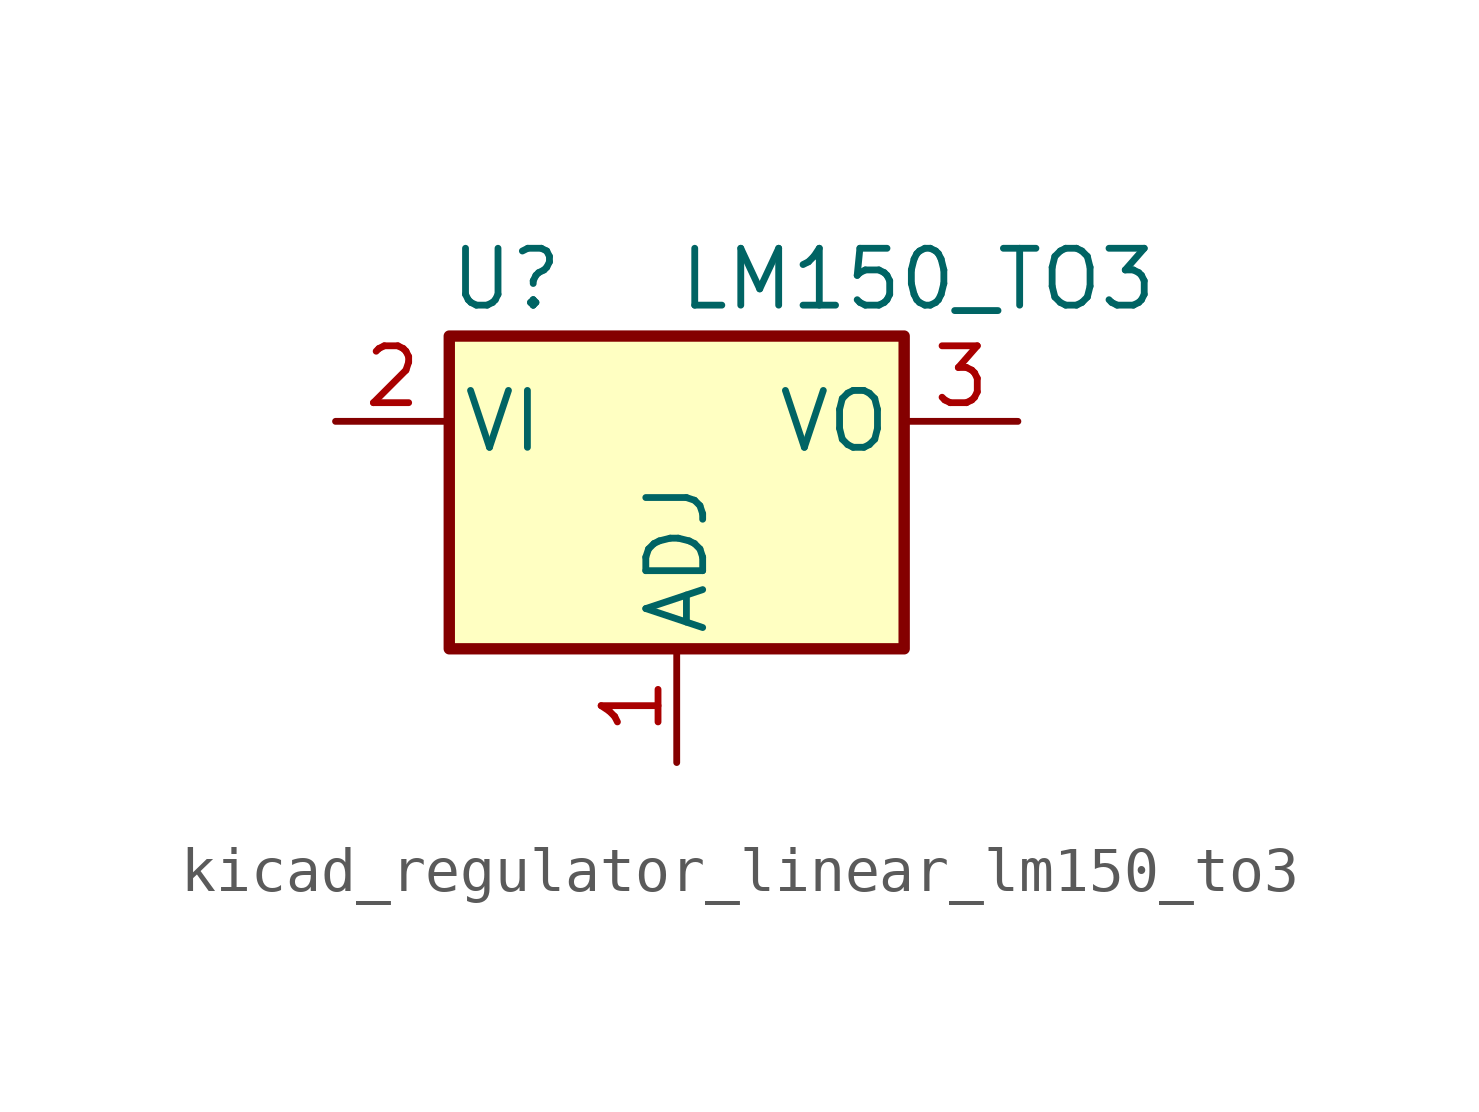
<source format=kicad_sym>
(kicad_symbol_lib
  (version 20220914)
  (generator kicad_symbol_editor)
  (symbol "kicad_regulator_linear_lm150_to3"
    (pin_names
      (offset 0.254))
    (property "Reference" "U"
      (at -3.81 3.175 0)
      (effects (font (size 1.27 1.27))))
    (property "Value" "LM150_TO3"
      (at 0 3.175 0)
      (effects (font (size 1.27 1.27)) (justify left)))
    (symbol "kicad_regulator_linear_lm150_to3_0_1"
      (rectangle (start -5.08 1.905) (end 5.08 -5.08) (stroke (width 0.254) (type default)) (fill (type background))))
    (symbol "kicad_regulator_linear_lm150_to3_1_1"
      (pin input line (at 0 -7.62 90) (length 2.54) (name "ADJ" (effects (font (size 1.27 1.27)))) (number "1" (effects (font (size 1.27 1.27)))))
      (pin power_in line (at -7.62 0 0) (length 2.54) (name "VI" (effects (font (size 1.27 1.27)))) (number "2" (effects (font (size 1.27 1.27)))))
      (pin power_out line (at 7.62 0 180) (length 2.54) (name "VO" (effects (font (size 1.27 1.27)))) (number "3" (effects (font (size 1.27 1.27))))))))
</source>
